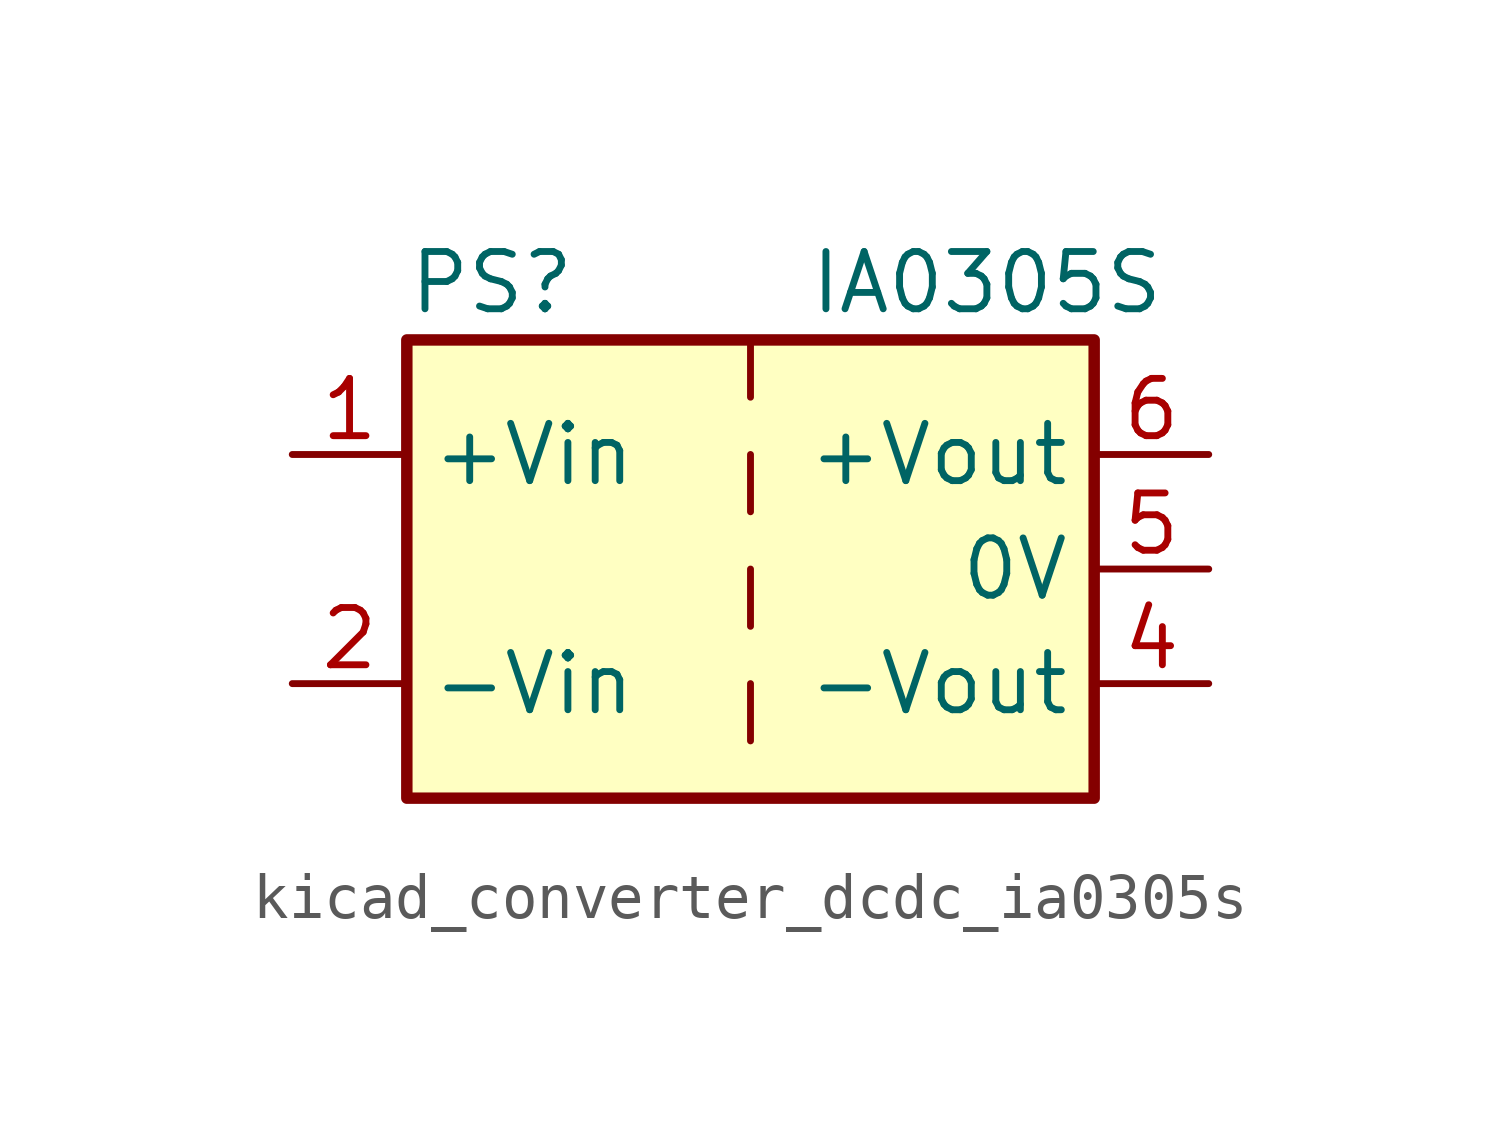
<source format=kicad_sym>
(kicad_symbol_lib
  (version 20220914)
  (generator kicad_symbol_editor)
  (symbol "kicad_converter_dcdc_ia0305s"
    (property "Reference" "PS"
      (at -7.62 6.35 0)
      (effects (font (size 1.27 1.27)) (justify left)))
    (property "Value" "IA0305S"
      (at 1.27 6.35 0)
      (effects (font (size 1.27 1.27)) (justify left)))
    (symbol "kicad_converter_dcdc_ia0305s_0_0"
      (pin power_in line (at -10.16 2.54 0) (length 2.54) (name "+Vin" (effects (font (size 1.27 1.27)))) (number "1" (effects (font (size 1.27 1.27)))))
      (pin power_in line (at -10.16 -2.54 0) (length 2.54) (name "-Vin" (effects (font (size 1.27 1.27)))) (number "2" (effects (font (size 1.27 1.27)))))
      (pin power_out line (at 10.16 -2.54 180) (length 2.54) (name "-Vout" (effects (font (size 1.27 1.27)))) (number "4" (effects (font (size 1.27 1.27)))))
      (pin power_out line (at 10.16 0 180) (length 2.54) (name "0V" (effects (font (size 1.27 1.27)))) (number "5" (effects (font (size 1.27 1.27)))))
      (pin power_out line (at 10.16 2.54 180) (length 2.54) (name "+Vout" (effects (font (size 1.27 1.27)))) (number "6" (effects (font (size 1.27 1.27))))))
    (symbol "kicad_converter_dcdc_ia0305s_0_1"
      (rectangle (start -7.62 5.08) (end 7.62 -5.08) (stroke (width 0.254) (type default)) (fill (type background)))
      (polyline (pts (xy 0 -2.54) (xy 0 -3.81)) (stroke (width 0) (type default)) (fill (type none)))
      (polyline (pts (xy 0 0) (xy 0 -1.27)) (stroke (width 0) (type default)) (fill (type none)))
      (polyline (pts (xy 0 2.54) (xy 0 1.27)) (stroke (width 0) (type default)) (fill (type none)))
      (polyline (pts (xy 0 5.08) (xy 0 3.81)) (stroke (width 0) (type default)) (fill (type none))))))
</source>
